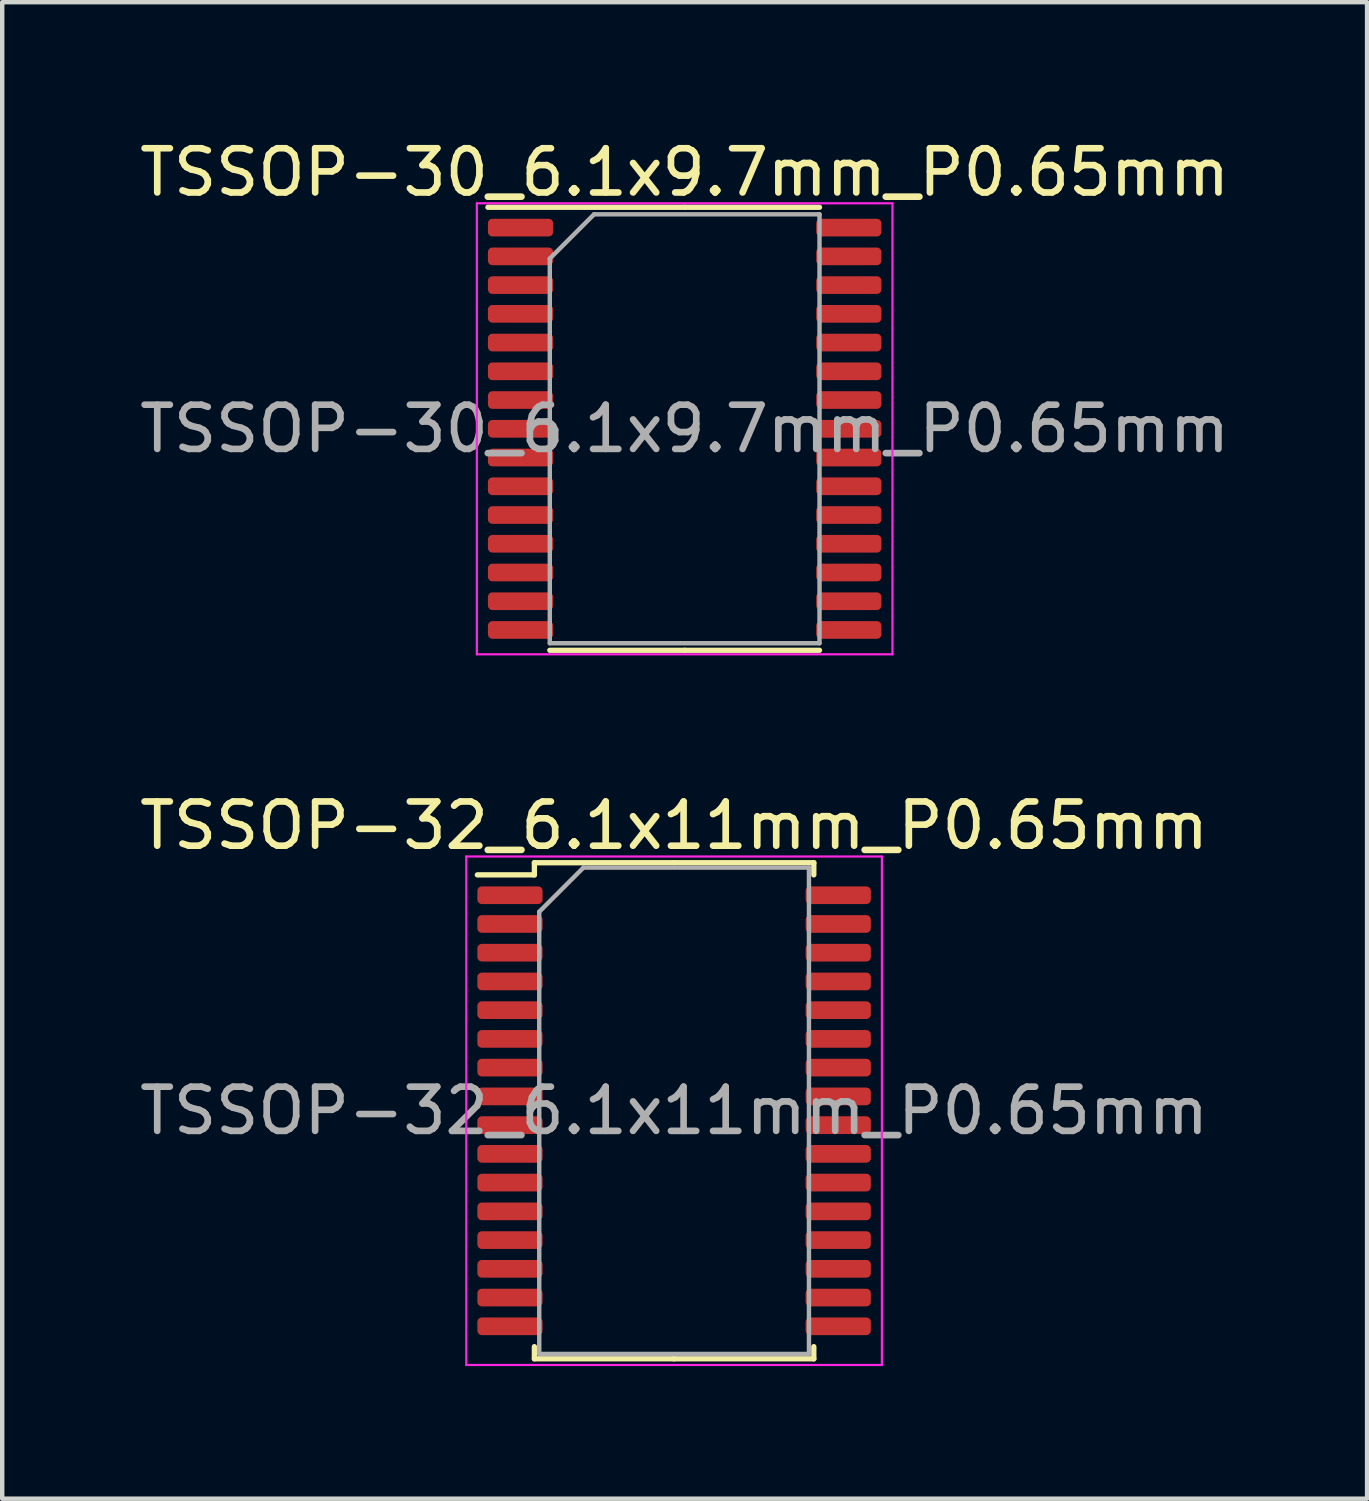
<source format=kicad_pcb>
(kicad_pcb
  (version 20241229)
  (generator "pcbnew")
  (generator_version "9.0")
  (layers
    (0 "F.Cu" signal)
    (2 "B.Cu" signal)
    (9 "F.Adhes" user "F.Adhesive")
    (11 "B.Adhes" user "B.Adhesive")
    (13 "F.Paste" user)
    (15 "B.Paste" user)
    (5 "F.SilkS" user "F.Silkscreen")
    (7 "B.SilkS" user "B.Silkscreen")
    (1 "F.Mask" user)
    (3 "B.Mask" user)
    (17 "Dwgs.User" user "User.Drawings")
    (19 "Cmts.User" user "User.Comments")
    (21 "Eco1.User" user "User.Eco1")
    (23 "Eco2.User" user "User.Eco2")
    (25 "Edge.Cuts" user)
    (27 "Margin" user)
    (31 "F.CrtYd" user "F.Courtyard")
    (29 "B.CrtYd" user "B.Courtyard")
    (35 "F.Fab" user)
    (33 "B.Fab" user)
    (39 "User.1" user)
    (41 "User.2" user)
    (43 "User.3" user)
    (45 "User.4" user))
  (footprint "TSSOP-32_6.1x11mm_P0.65mm"
    (layer "F.Cu")
    (at 12.196 22.072)
    (property "Reference" "TSSOP-32_6.1x11mm_P0.65mm" (at 0 -6.45 0) (layer "F.SilkS") (effects (font (size 1 1) (thickness 0.15))))
    (attr smd)
    (fp_line (start -3.16 -5.61) (end -3.16 -5.335) (stroke (width 0.12) (type solid)) (layer "F.SilkS"))
    (fp_line (start -3.16 -5.335) (end -4.45 -5.335) (stroke (width 0.12) (type solid)) (layer "F.SilkS"))
    (fp_line (start -3.16 5.61) (end -3.16 5.335) (stroke (width 0.12) (type solid)) (layer "F.SilkS"))
    (fp_line (start 0 -5.61) (end -3.16 -5.61) (stroke (width 0.12) (type solid)) (layer "F.SilkS"))
    (fp_line (start 0 -5.61) (end 3.16 -5.61) (stroke (width 0.12) (type solid)) (layer "F.SilkS"))
    (fp_line (start 0 5.61) (end -3.16 5.61) (stroke (width 0.12) (type solid)) (layer "F.SilkS"))
    (fp_line (start 0 5.61) (end 3.16 5.61) (stroke (width 0.12) (type solid)) (layer "F.SilkS"))
    (fp_line (start 3.16 -5.61) (end 3.16 -5.335) (stroke (width 0.12) (type solid)) (layer "F.SilkS"))
    (fp_line (start 3.16 5.61) (end 3.16 5.335) (stroke (width 0.12) (type solid)) (layer "F.SilkS"))
    (fp_line (start -4.7 -5.75) (end -4.7 5.75) (stroke (width 0.05) (type solid)) (layer "F.CrtYd"))
    (fp_line (start -4.7 5.75) (end 4.7 5.75) (stroke (width 0.05) (type solid)) (layer "F.CrtYd"))
    (fp_line (start 4.7 -5.75) (end -4.7 -5.75) (stroke (width 0.05) (type solid)) (layer "F.CrtYd"))
    (fp_line (start 4.7 5.75) (end 4.7 -5.75) (stroke (width 0.05) (type solid)) (layer "F.CrtYd"))
    (fp_line (start -3.05 -4.5) (end -2.05 -5.5) (stroke (width 0.1) (type solid)) (layer "F.Fab"))
    (fp_line (start -3.05 5.5) (end -3.05 -4.5) (stroke (width 0.1) (type solid)) (layer "F.Fab"))
    (fp_line (start -2.05 -5.5) (end 3.05 -5.5) (stroke (width 0.1) (type solid)) (layer "F.Fab"))
    (fp_line (start 3.05 -5.5) (end 3.05 5.5) (stroke (width 0.1) (type solid)) (layer "F.Fab"))
    (fp_line (start 3.05 5.5) (end -3.05 5.5) (stroke (width 0.1) (type solid)) (layer "F.Fab"))
    (fp_text user "${REFERENCE}" (at 0 0 0) (layer "F.Fab") (effects (font (size 1 1) (thickness 0.15))))
    (pad "1" smd roundrect (at -3.712 -4.875) (size 1.475 0.4) (layers "F.Cu" "F.Mask" "F.Paste") (roundrect_rratio 0.25))
    (pad "2" smd roundrect (at -3.712 -4.225) (size 1.475 0.4) (layers "F.Cu" "F.Mask" "F.Paste") (roundrect_rratio 0.25))
    (pad "3" smd roundrect (at -3.712 -3.575) (size 1.475 0.4) (layers "F.Cu" "F.Mask" "F.Paste") (roundrect_rratio 0.25))
    (pad "4" smd roundrect (at -3.712 -2.925) (size 1.475 0.4) (layers "F.Cu" "F.Mask" "F.Paste") (roundrect_rratio 0.25))
    (pad "5" smd roundrect (at -3.712 -2.275) (size 1.475 0.4) (layers "F.Cu" "F.Mask" "F.Paste") (roundrect_rratio 0.25))
    (pad "6" smd roundrect (at -3.712 -1.625) (size 1.475 0.4) (layers "F.Cu" "F.Mask" "F.Paste") (roundrect_rratio 0.25))
    (pad "7" smd roundrect (at -3.712 -0.975) (size 1.475 0.4) (layers "F.Cu" "F.Mask" "F.Paste") (roundrect_rratio 0.25))
    (pad "8" smd roundrect (at -3.712 -0.325) (size 1.475 0.4) (layers "F.Cu" "F.Mask" "F.Paste") (roundrect_rratio 0.25))
    (pad "9" smd roundrect (at -3.712 0.325) (size 1.475 0.4) (layers "F.Cu" "F.Mask" "F.Paste") (roundrect_rratio 0.25))
    (pad "10" smd roundrect (at -3.712 0.975) (size 1.475 0.4) (layers "F.Cu" "F.Mask" "F.Paste") (roundrect_rratio 0.25))
    (pad "11" smd roundrect (at -3.712 1.625) (size 1.475 0.4) (layers "F.Cu" "F.Mask" "F.Paste") (roundrect_rratio 0.25))
    (pad "12" smd roundrect (at -3.712 2.275) (size 1.475 0.4) (layers "F.Cu" "F.Mask" "F.Paste") (roundrect_rratio 0.25))
    (pad "13" smd roundrect (at -3.712 2.925) (size 1.475 0.4) (layers "F.Cu" "F.Mask" "F.Paste") (roundrect_rratio 0.25))
    (pad "14" smd roundrect (at -3.712 3.575) (size 1.475 0.4) (layers "F.Cu" "F.Mask" "F.Paste") (roundrect_rratio 0.25))
    (pad "15" smd roundrect (at -3.712 4.225) (size 1.475 0.4) (layers "F.Cu" "F.Mask" "F.Paste") (roundrect_rratio 0.25))
    (pad "16" smd roundrect (at -3.712 4.875) (size 1.475 0.4) (layers "F.Cu" "F.Mask" "F.Paste") (roundrect_rratio 0.25))
    (pad "17" smd roundrect (at 3.712 4.875) (size 1.475 0.4) (layers "F.Cu" "F.Mask" "F.Paste") (roundrect_rratio 0.25))
    (pad "18" smd roundrect (at 3.712 4.225) (size 1.475 0.4) (layers "F.Cu" "F.Mask" "F.Paste") (roundrect_rratio 0.25))
    (pad "19" smd roundrect (at 3.712 3.575) (size 1.475 0.4) (layers "F.Cu" "F.Mask" "F.Paste") (roundrect_rratio 0.25))
    (pad "20" smd roundrect (at 3.712 2.925) (size 1.475 0.4) (layers "F.Cu" "F.Mask" "F.Paste") (roundrect_rratio 0.25))
    (pad "21" smd roundrect (at 3.712 2.275) (size 1.475 0.4) (layers "F.Cu" "F.Mask" "F.Paste") (roundrect_rratio 0.25))
    (pad "22" smd roundrect (at 3.712 1.625) (size 1.475 0.4) (layers "F.Cu" "F.Mask" "F.Paste") (roundrect_rratio 0.25))
    (pad "23" smd roundrect (at 3.712 0.975) (size 1.475 0.4) (layers "F.Cu" "F.Mask" "F.Paste") (roundrect_rratio 0.25))
    (pad "24" smd roundrect (at 3.712 0.325) (size 1.475 0.4) (layers "F.Cu" "F.Mask" "F.Paste") (roundrect_rratio 0.25))
    (pad "25" smd roundrect (at 3.712 -0.325) (size 1.475 0.4) (layers "F.Cu" "F.Mask" "F.Paste") (roundrect_rratio 0.25))
    (pad "26" smd roundrect (at 3.712 -0.975) (size 1.475 0.4) (layers "F.Cu" "F.Mask" "F.Paste") (roundrect_rratio 0.25))
    (pad "27" smd roundrect (at 3.712 -1.625) (size 1.475 0.4) (layers "F.Cu" "F.Mask" "F.Paste") (roundrect_rratio 0.25))
    (pad "28" smd roundrect (at 3.712 -2.275) (size 1.475 0.4) (layers "F.Cu" "F.Mask" "F.Paste") (roundrect_rratio 0.25))
    (pad "29" smd roundrect (at 3.712 -2.925) (size 1.475 0.4) (layers "F.Cu" "F.Mask" "F.Paste") (roundrect_rratio 0.25))
    (pad "30" smd roundrect (at 3.712 -3.575) (size 1.475 0.4) (layers "F.Cu" "F.Mask" "F.Paste") (roundrect_rratio 0.25))
    (pad "31" smd roundrect (at 3.712 -4.225) (size 1.475 0.4) (layers "F.Cu" "F.Mask" "F.Paste") (roundrect_rratio 0.25))
    (pad "32" smd roundrect (at 3.712 -4.875) (size 1.475 0.4) (layers "F.Cu" "F.Mask" "F.Paste") (roundrect_rratio 0.25)))
  (footprint "TSSOP-30_6.1x9.7mm_P0.65mm"
    (layer "F.Cu")
    (at 12.435 6.648)
    (property "Reference" "TSSOP-30_6.1x9.7mm_P0.65mm" (at 0 -5.8 0) (layer "F.SilkS") (effects (font (size 1 1) (thickness 0.15))))
    (attr smd)
    (fp_line (start 0 -5.01) (end -4.45 -5.01) (stroke (width 0.12) (type solid)) (layer "F.SilkS"))
    (fp_line (start 0 -5.01) (end 3.05 -5.01) (stroke (width 0.12) (type solid)) (layer "F.SilkS"))
    (fp_line (start 0 5.01) (end -3.05 5.01) (stroke (width 0.12) (type solid)) (layer "F.SilkS"))
    (fp_line (start 0 5.01) (end 3.05 5.01) (stroke (width 0.12) (type solid)) (layer "F.SilkS"))
    (fp_line (start -4.7 -5.1) (end -4.7 5.1) (stroke (width 0.05) (type solid)) (layer "F.CrtYd"))
    (fp_line (start -4.7 5.1) (end 4.7 5.1) (stroke (width 0.05) (type solid)) (layer "F.CrtYd"))
    (fp_line (start 4.7 -5.1) (end -4.7 -5.1) (stroke (width 0.05) (type solid)) (layer "F.CrtYd"))
    (fp_line (start 4.7 5.1) (end 4.7 -5.1) (stroke (width 0.05) (type solid)) (layer "F.CrtYd"))
    (fp_line (start -3.05 -3.85) (end -2.05 -4.85) (stroke (width 0.1) (type solid)) (layer "F.Fab"))
    (fp_line (start -3.05 4.85) (end -3.05 -3.85) (stroke (width 0.1) (type solid)) (layer "F.Fab"))
    (fp_line (start -2.05 -4.85) (end 3.05 -4.85) (stroke (width 0.1) (type solid)) (layer "F.Fab"))
    (fp_line (start 3.05 -4.85) (end 3.05 4.85) (stroke (width 0.1) (type solid)) (layer "F.Fab"))
    (fp_line (start 3.05 4.85) (end -3.05 4.85) (stroke (width 0.1) (type solid)) (layer "F.Fab"))
    (fp_text user "${REFERENCE}" (at 0 0 0) (layer "F.Fab") (effects (font (size 1 1) (thickness 0.15))))
    (pad "1" smd roundrect (at -3.712 -4.55) (size 1.475 0.4) (layers "F.Cu" "F.Mask" "F.Paste") (roundrect_rratio 0.25))
    (pad "2" smd roundrect (at -3.712 -3.9) (size 1.475 0.4) (layers "F.Cu" "F.Mask" "F.Paste") (roundrect_rratio 0.25))
    (pad "3" smd roundrect (at -3.712 -3.25) (size 1.475 0.4) (layers "F.Cu" "F.Mask" "F.Paste") (roundrect_rratio 0.25))
    (pad "4" smd roundrect (at -3.712 -2.6) (size 1.475 0.4) (layers "F.Cu" "F.Mask" "F.Paste") (roundrect_rratio 0.25))
    (pad "5" smd roundrect (at -3.712 -1.95) (size 1.475 0.4) (layers "F.Cu" "F.Mask" "F.Paste") (roundrect_rratio 0.25))
    (pad "6" smd roundrect (at -3.712 -1.3) (size 1.475 0.4) (layers "F.Cu" "F.Mask" "F.Paste") (roundrect_rratio 0.25))
    (pad "7" smd roundrect (at -3.712 -0.65) (size 1.475 0.4) (layers "F.Cu" "F.Mask" "F.Paste") (roundrect_rratio 0.25))
    (pad "8" smd roundrect (at -3.712 0) (size 1.475 0.4) (layers "F.Cu" "F.Mask" "F.Paste") (roundrect_rratio 0.25))
    (pad "9" smd roundrect (at -3.712 0.65) (size 1.475 0.4) (layers "F.Cu" "F.Mask" "F.Paste") (roundrect_rratio 0.25))
    (pad "10" smd roundrect (at -3.712 1.3) (size 1.475 0.4) (layers "F.Cu" "F.Mask" "F.Paste") (roundrect_rratio 0.25))
    (pad "11" smd roundrect (at -3.712 1.95) (size 1.475 0.4) (layers "F.Cu" "F.Mask" "F.Paste") (roundrect_rratio 0.25))
    (pad "12" smd roundrect (at -3.712 2.6) (size 1.475 0.4) (layers "F.Cu" "F.Mask" "F.Paste") (roundrect_rratio 0.25))
    (pad "13" smd roundrect (at -3.712 3.25) (size 1.475 0.4) (layers "F.Cu" "F.Mask" "F.Paste") (roundrect_rratio 0.25))
    (pad "14" smd roundrect (at -3.712 3.9) (size 1.475 0.4) (layers "F.Cu" "F.Mask" "F.Paste") (roundrect_rratio 0.25))
    (pad "15" smd roundrect (at -3.712 4.55) (size 1.475 0.4) (layers "F.Cu" "F.Mask" "F.Paste") (roundrect_rratio 0.25))
    (pad "16" smd roundrect (at 3.712 4.55) (size 1.475 0.4) (layers "F.Cu" "F.Mask" "F.Paste") (roundrect_rratio 0.25))
    (pad "17" smd roundrect (at 3.712 3.9) (size 1.475 0.4) (layers "F.Cu" "F.Mask" "F.Paste") (roundrect_rratio 0.25))
    (pad "18" smd roundrect (at 3.712 3.25) (size 1.475 0.4) (layers "F.Cu" "F.Mask" "F.Paste") (roundrect_rratio 0.25))
    (pad "19" smd roundrect (at 3.712 2.6) (size 1.475 0.4) (layers "F.Cu" "F.Mask" "F.Paste") (roundrect_rratio 0.25))
    (pad "20" smd roundrect (at 3.712 1.95) (size 1.475 0.4) (layers "F.Cu" "F.Mask" "F.Paste") (roundrect_rratio 0.25))
    (pad "21" smd roundrect (at 3.712 1.3) (size 1.475 0.4) (layers "F.Cu" "F.Mask" "F.Paste") (roundrect_rratio 0.25))
    (pad "22" smd roundrect (at 3.712 0.65) (size 1.475 0.4) (layers "F.Cu" "F.Mask" "F.Paste") (roundrect_rratio 0.25))
    (pad "23" smd roundrect (at 3.712 0) (size 1.475 0.4) (layers "F.Cu" "F.Mask" "F.Paste") (roundrect_rratio 0.25))
    (pad "24" smd roundrect (at 3.712 -0.65) (size 1.475 0.4) (layers "F.Cu" "F.Mask" "F.Paste") (roundrect_rratio 0.25))
    (pad "25" smd roundrect (at 3.712 -1.3) (size 1.475 0.4) (layers "F.Cu" "F.Mask" "F.Paste") (roundrect_rratio 0.25))
    (pad "26" smd roundrect (at 3.712 -1.95) (size 1.475 0.4) (layers "F.Cu" "F.Mask" "F.Paste") (roundrect_rratio 0.25))
    (pad "27" smd roundrect (at 3.712 -2.6) (size 1.475 0.4) (layers "F.Cu" "F.Mask" "F.Paste") (roundrect_rratio 0.25))
    (pad "28" smd roundrect (at 3.712 -3.25) (size 1.475 0.4) (layers "F.Cu" "F.Mask" "F.Paste") (roundrect_rratio 0.25))
    (pad "29" smd roundrect (at 3.712 -3.9) (size 1.475 0.4) (layers "F.Cu" "F.Mask" "F.Paste") (roundrect_rratio 0.25))
    (pad "30" smd roundrect (at 3.712 -4.55) (size 1.475 0.4) (layers "F.Cu" "F.Mask" "F.Paste") (roundrect_rratio 0.25)))
  (gr_rect
    (start -3 -3)
    (end 27.869 30.846)
    (stroke (width 0.1) (type default))
    (fill no)
    (layer "Edge.Cuts")))
</source>
